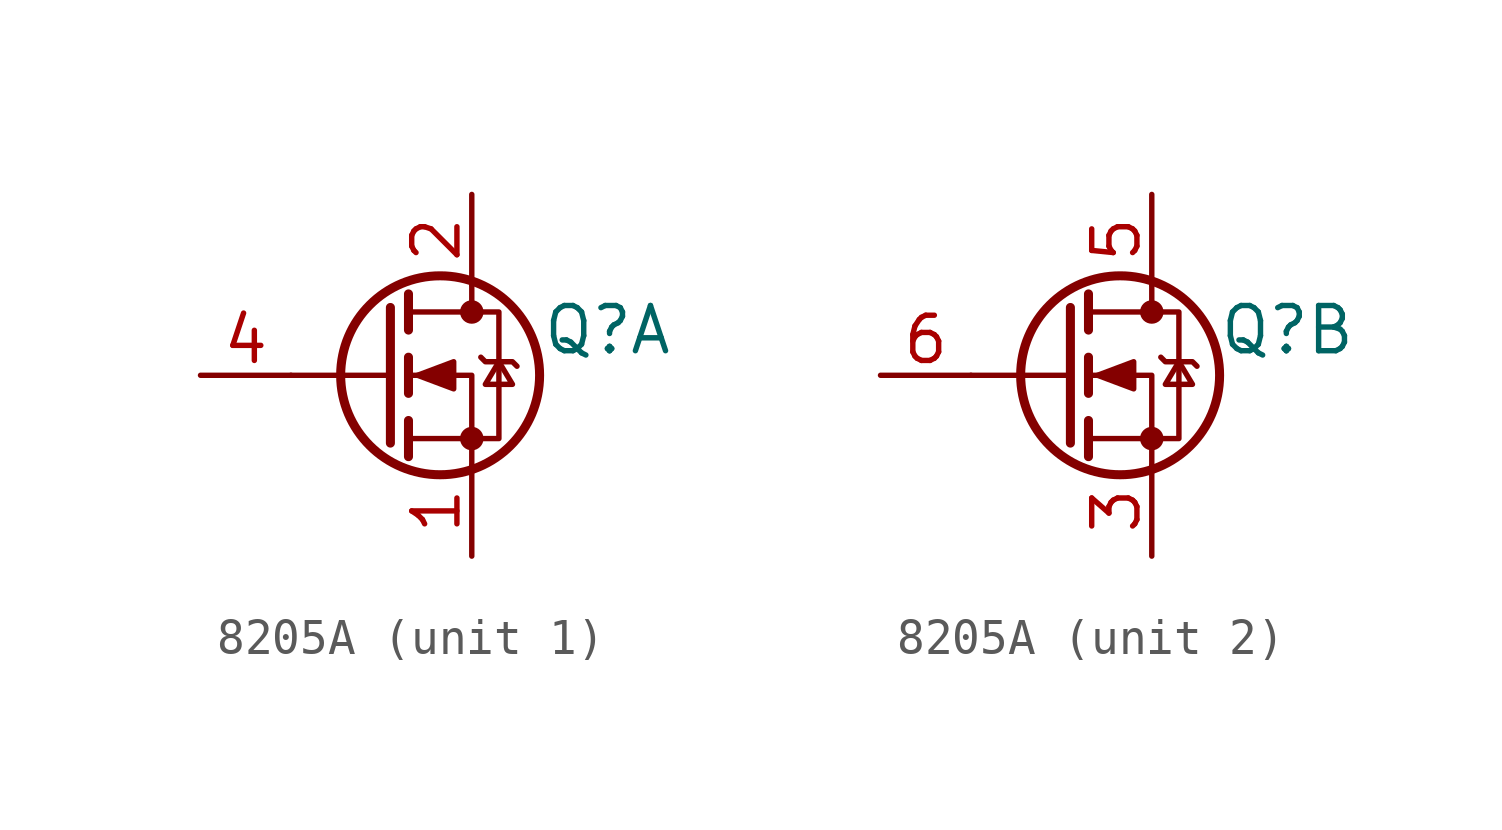
<source format=kicad_sym>
(kicad_symbol_lib
  (version 20211014)
  (generator kicad_symbol_editor)
  (symbol "8205A"
    (pin_names
      (offset 0) hide)
    (property "Reference" "Q"
      (at 6.35 1.27 0)
      (effects (font (size 1.27 1.27))))
    (symbol "8205A_0_1"
      (polyline (pts (xy 0.254 0) (xy -2.54 0)) (stroke (width 0) (type default) (color 0 0 0 0)) (fill (type none)))
      (polyline (pts (xy 0.254 1.905) (xy 0.254 -1.905)) (stroke (width 0.254) (type default) (color 0 0 0 0)) (fill (type none)))
      (polyline (pts (xy 0.762 -1.27) (xy 0.762 -2.286)) (stroke (width 0.254) (type default) (color 0 0 0 0)) (fill (type none)))
      (polyline (pts (xy 0.762 0.508) (xy 0.762 -0.508)) (stroke (width 0.254) (type default) (color 0 0 0 0)) (fill (type none)))
      (polyline (pts (xy 0.762 2.286) (xy 0.762 1.27)) (stroke (width 0.254) (type default) (color 0 0 0 0)) (fill (type none)))
      (polyline (pts (xy 2.54 2.54) (xy 2.54 1.778)) (stroke (width 0) (type default) (color 0 0 0 0)) (fill (type none)))
      (polyline (pts (xy 2.54 -2.54) (xy 2.54 0) (xy 0.762 0)) (stroke (width 0) (type default) (color 0 0 0 0)) (fill (type none)))
      (polyline (pts (xy 0.762 -1.778) (xy 3.302 -1.778) (xy 3.302 1.778) (xy 0.762 1.778)) (stroke (width 0) (type default) (color 0 0 0 0)) (fill (type none)))
      (polyline (pts (xy 1.016 0) (xy 2.032 0.381) (xy 2.032 -0.381) (xy 1.016 0)) (stroke (width 0) (type default) (color 0 0 0 0)) (fill (type outline)))
      (polyline (pts (xy 2.794 0.508) (xy 2.921 0.381) (xy 3.683 0.381) (xy 3.81 0.254)) (stroke (width 0) (type default) (color 0 0 0 0)) (fill (type none)))
      (polyline (pts (xy 3.302 0.381) (xy 2.921 -0.254) (xy 3.683 -0.254) (xy 3.302 0.381)) (stroke (width 0) (type default) (color 0 0 0 0)) (fill (type none)))
      (circle (center 1.651 0) (radius 2.794) (stroke (width 0.254) (type default) (color 0 0 0 0)) (fill (type none)))
      (circle (center 2.54 -1.778) (radius 0.254) (stroke (width 0) (type default) (color 0 0 0 0)) (fill (type outline)))
      (circle (center 2.54 1.778) (radius 0.254) (stroke (width 0) (type default) (color 0 0 0 0)) (fill (type outline))))
    (symbol "8205A_1_1"
      (pin passive line (at 2.54 -5.08 90) (length 2.54) (name "S" (effects (font (size 1.27 1.27)))) (number "1" (effects (font (size 1.27 1.27)))))
      (pin passive line (at 2.54 5.08 270) (length 2.54) (name "D" (effects (font (size 1.27 1.27)))) (number "2" (effects (font (size 1.27 1.27)))))
      (pin input line (at -5.08 0 0) (length 2.54) (name "G" (effects (font (size 1.27 1.27)))) (number "4" (effects (font (size 1.27 1.27))))))
    (symbol "8205A_2_1"
      (pin passive line (at 2.54 -5.08 90) (length 2.54) (name "S" (effects (font (size 1.27 1.27)))) (number "3" (effects (font (size 1.27 1.27)))))
      (pin passive line (at 2.54 5.08 270) (length 2.54) (name "D" (effects (font (size 1.27 1.27)))) (number "5" (effects (font (size 1.27 1.27)))))
      (pin input line (at -5.08 0 0) (length 2.54) (name "G" (effects (font (size 1.27 1.27)))) (number "6" (effects (font (size 1.27 1.27))))))))
</source>
